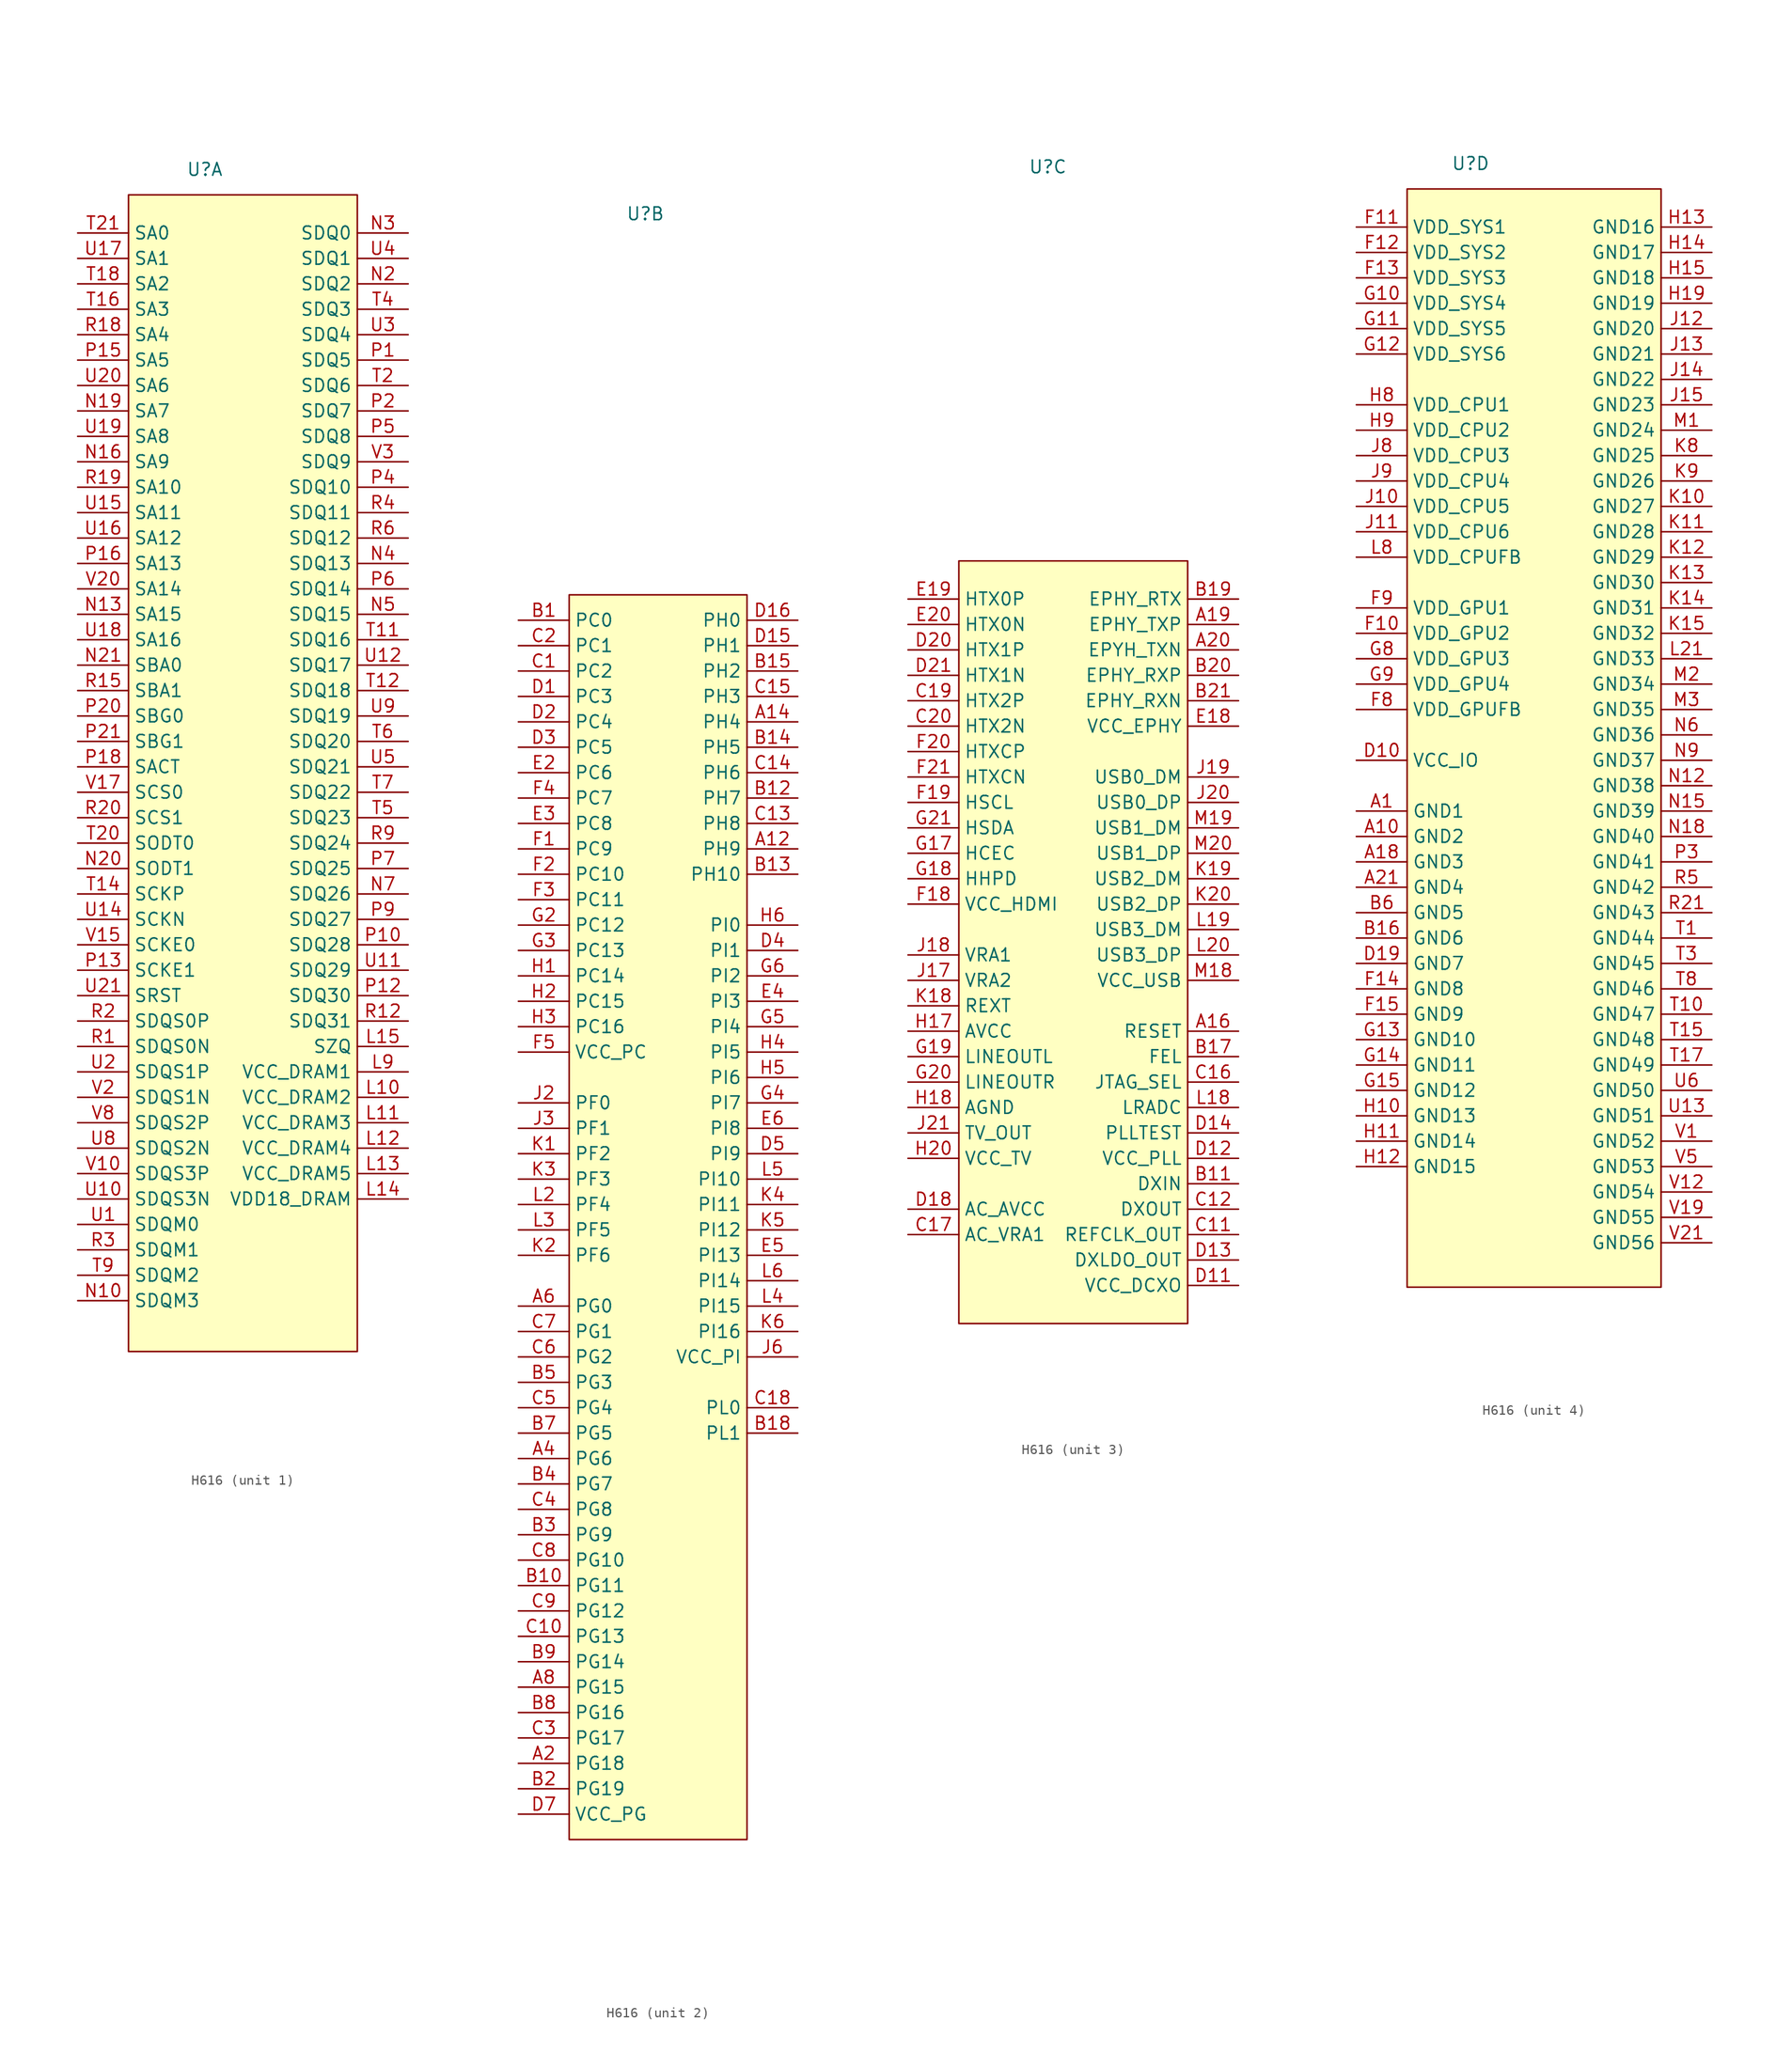
<source format=kicad_sym>
(kicad_symbol_lib
  (version 20231120)
  (generator "kicad_symbol_editor")
  (generator_version "8.0")
  (symbol "H616"
    (property "Reference" "U"
      (at 0 0 0)
      (effects (font (size 1.27 1.27))))
    (property "Value" ""
      (at 0 0 0)
      (effects (font (size 1.27 1.27))))
    (property "ki_locked" ""
      (at 0 0 0)
      (effects (font (size 1.27 1.27))))
    (symbol "H616_1_1"
      (rectangle (start -7.62 -2.54) (end 15.24 -118.11) (stroke (width 0) (type default)) (fill (type background)))
      (pin input line (at 20.32 -92.71 180) (length 5.08) (name "VCC_DRAM2" (effects (font (size 1.27 1.27)))) (number "L10" (effects (font (size 1.27 1.27)))))
      (pin input line (at 20.32 -95.25 180) (length 5.08) (name "VCC_DRAM3" (effects (font (size 1.27 1.27)))) (number "L11" (effects (font (size 1.27 1.27)))))
      (pin input line (at 20.32 -97.79 180) (length 5.08) (name "VCC_DRAM4" (effects (font (size 1.27 1.27)))) (number "L12" (effects (font (size 1.27 1.27)))))
      (pin input line (at 20.32 -100.33 180) (length 5.08) (name "VCC_DRAM5" (effects (font (size 1.27 1.27)))) (number "L13" (effects (font (size 1.27 1.27)))))
      (pin input line (at 20.32 -102.87 180) (length 5.08) (name "VDD18_DRAM" (effects (font (size 1.27 1.27)))) (number "L14" (effects (font (size 1.27 1.27)))))
      (pin input line (at 20.32 -87.63 180) (length 5.08) (name "SZQ" (effects (font (size 1.27 1.27)))) (number "L15" (effects (font (size 1.27 1.27)))))
      (pin input line (at 20.32 -90.17 180) (length 5.08) (name "VCC_DRAM1" (effects (font (size 1.27 1.27)))) (number "L9" (effects (font (size 1.27 1.27)))))
      (pin input line (at -12.7 -113.03 0) (length 5.08) (name "SDQM3" (effects (font (size 1.27 1.27)))) (number "N10" (effects (font (size 1.27 1.27)))))
      (pin input line (at -12.7 -44.45 0) (length 5.08) (name "SA15" (effects (font (size 1.27 1.27)))) (number "N13" (effects (font (size 1.27 1.27)))))
      (pin input line (at -12.7 -29.21 0) (length 5.08) (name "SA9" (effects (font (size 1.27 1.27)))) (number "N16" (effects (font (size 1.27 1.27)))))
      (pin input line (at -12.7 -24.13 0) (length 5.08) (name "SA7" (effects (font (size 1.27 1.27)))) (number "N19" (effects (font (size 1.27 1.27)))))
      (pin input line (at 20.32 -11.43 180) (length 5.08) (name "SDQ2" (effects (font (size 1.27 1.27)))) (number "N2" (effects (font (size 1.27 1.27)))))
      (pin input line (at -12.7 -69.85 0) (length 5.08) (name "SODT1" (effects (font (size 1.27 1.27)))) (number "N20" (effects (font (size 1.27 1.27)))))
      (pin input line (at -12.7 -49.53 0) (length 5.08) (name "SBA0" (effects (font (size 1.27 1.27)))) (number "N21" (effects (font (size 1.27 1.27)))))
      (pin input line (at 20.32 -6.35 180) (length 5.08) (name "SDQ0" (effects (font (size 1.27 1.27)))) (number "N3" (effects (font (size 1.27 1.27)))))
      (pin input line (at 20.32 -39.37 180) (length 5.08) (name "SDQ13" (effects (font (size 1.27 1.27)))) (number "N4" (effects (font (size 1.27 1.27)))))
      (pin input line (at 20.32 -44.45 180) (length 5.08) (name "SDQ15" (effects (font (size 1.27 1.27)))) (number "N5" (effects (font (size 1.27 1.27)))))
      (pin input line (at 20.32 -72.39 180) (length 5.08) (name "SDQ26" (effects (font (size 1.27 1.27)))) (number "N7" (effects (font (size 1.27 1.27)))))
      (pin input line (at 20.32 -19.05 180) (length 5.08) (name "SDQ5" (effects (font (size 1.27 1.27)))) (number "P1" (effects (font (size 1.27 1.27)))))
      (pin input line (at 20.32 -77.47 180) (length 5.08) (name "SDQ28" (effects (font (size 1.27 1.27)))) (number "P10" (effects (font (size 1.27 1.27)))))
      (pin input line (at 20.32 -82.55 180) (length 5.08) (name "SDQ30" (effects (font (size 1.27 1.27)))) (number "P12" (effects (font (size 1.27 1.27)))))
      (pin input line (at -12.7 -80.01 0) (length 5.08) (name "SCKE1" (effects (font (size 1.27 1.27)))) (number "P13" (effects (font (size 1.27 1.27)))))
      (pin input line (at -12.7 -19.05 0) (length 5.08) (name "SA5" (effects (font (size 1.27 1.27)))) (number "P15" (effects (font (size 1.27 1.27)))))
      (pin input line (at -12.7 -39.37 0) (length 5.08) (name "SA13" (effects (font (size 1.27 1.27)))) (number "P16" (effects (font (size 1.27 1.27)))))
      (pin input line (at -12.7 -59.69 0) (length 5.08) (name "SACT" (effects (font (size 1.27 1.27)))) (number "P18" (effects (font (size 1.27 1.27)))))
      (pin input line (at 20.32 -24.13 180) (length 5.08) (name "SDQ7" (effects (font (size 1.27 1.27)))) (number "P2" (effects (font (size 1.27 1.27)))))
      (pin input line (at -12.7 -54.61 0) (length 5.08) (name "SBG0" (effects (font (size 1.27 1.27)))) (number "P20" (effects (font (size 1.27 1.27)))))
      (pin input line (at -12.7 -57.15 0) (length 5.08) (name "SBG1" (effects (font (size 1.27 1.27)))) (number "P21" (effects (font (size 1.27 1.27)))))
      (pin input line (at 20.32 -31.75 180) (length 5.08) (name "SDQ10" (effects (font (size 1.27 1.27)))) (number "P4" (effects (font (size 1.27 1.27)))))
      (pin input line (at 20.32 -26.67 180) (length 5.08) (name "SDQ8" (effects (font (size 1.27 1.27)))) (number "P5" (effects (font (size 1.27 1.27)))))
      (pin input line (at 20.32 -41.91 180) (length 5.08) (name "SDQ14" (effects (font (size 1.27 1.27)))) (number "P6" (effects (font (size 1.27 1.27)))))
      (pin input line (at 20.32 -69.85 180) (length 5.08) (name "SDQ25" (effects (font (size 1.27 1.27)))) (number "P7" (effects (font (size 1.27 1.27)))))
      (pin input line (at 20.32 -74.93 180) (length 5.08) (name "SDQ27" (effects (font (size 1.27 1.27)))) (number "P9" (effects (font (size 1.27 1.27)))))
      (pin input line (at -12.7 -87.63 0) (length 5.08) (name "SDQS0N" (effects (font (size 1.27 1.27)))) (number "R1" (effects (font (size 1.27 1.27)))))
      (pin input line (at 20.32 -85.09 180) (length 5.08) (name "SDQ31" (effects (font (size 1.27 1.27)))) (number "R12" (effects (font (size 1.27 1.27)))))
      (pin input line (at -12.7 -52.07 0) (length 5.08) (name "SBA1" (effects (font (size 1.27 1.27)))) (number "R15" (effects (font (size 1.27 1.27)))))
      (pin input line (at -12.7 -16.51 0) (length 5.08) (name "SA4" (effects (font (size 1.27 1.27)))) (number "R18" (effects (font (size 1.27 1.27)))))
      (pin input line (at -12.7 -31.75 0) (length 5.08) (name "SA10" (effects (font (size 1.27 1.27)))) (number "R19" (effects (font (size 1.27 1.27)))))
      (pin input line (at -12.7 -85.09 0) (length 5.08) (name "SDQS0P" (effects (font (size 1.27 1.27)))) (number "R2" (effects (font (size 1.27 1.27)))))
      (pin input line (at -12.7 -64.77 0) (length 5.08) (name "SCS1" (effects (font (size 1.27 1.27)))) (number "R20" (effects (font (size 1.27 1.27)))))
      (pin input line (at -12.7 -107.95 0) (length 5.08) (name "SDQM1" (effects (font (size 1.27 1.27)))) (number "R3" (effects (font (size 1.27 1.27)))))
      (pin input line (at 20.32 -34.29 180) (length 5.08) (name "SDQ11" (effects (font (size 1.27 1.27)))) (number "R4" (effects (font (size 1.27 1.27)))))
      (pin input line (at 20.32 -36.83 180) (length 5.08) (name "SDQ12" (effects (font (size 1.27 1.27)))) (number "R6" (effects (font (size 1.27 1.27)))))
      (pin input line (at 20.32 -67.31 180) (length 5.08) (name "SDQ24" (effects (font (size 1.27 1.27)))) (number "R9" (effects (font (size 1.27 1.27)))))
      (pin input line (at 20.32 -46.99 180) (length 5.08) (name "SDQ16" (effects (font (size 1.27 1.27)))) (number "T11" (effects (font (size 1.27 1.27)))))
      (pin input line (at 20.32 -52.07 180) (length 5.08) (name "SDQ18" (effects (font (size 1.27 1.27)))) (number "T12" (effects (font (size 1.27 1.27)))))
      (pin input line (at -12.7 -72.39 0) (length 5.08) (name "SCKP" (effects (font (size 1.27 1.27)))) (number "T14" (effects (font (size 1.27 1.27)))))
      (pin input line (at -12.7 -13.97 0) (length 5.08) (name "SA3" (effects (font (size 1.27 1.27)))) (number "T16" (effects (font (size 1.27 1.27)))))
      (pin input line (at -12.7 -11.43 0) (length 5.08) (name "SA2" (effects (font (size 1.27 1.27)))) (number "T18" (effects (font (size 1.27 1.27)))))
      (pin input line (at 20.32 -21.59 180) (length 5.08) (name "SDQ6" (effects (font (size 1.27 1.27)))) (number "T2" (effects (font (size 1.27 1.27)))))
      (pin input line (at -12.7 -67.31 0) (length 5.08) (name "SODT0" (effects (font (size 1.27 1.27)))) (number "T20" (effects (font (size 1.27 1.27)))))
      (pin input line (at -12.7 -6.35 0) (length 5.08) (name "SA0" (effects (font (size 1.27 1.27)))) (number "T21" (effects (font (size 1.27 1.27)))))
      (pin input line (at 20.32 -13.97 180) (length 5.08) (name "SDQ3" (effects (font (size 1.27 1.27)))) (number "T4" (effects (font (size 1.27 1.27)))))
      (pin input line (at 20.32 -64.77 180) (length 5.08) (name "SDQ23" (effects (font (size 1.27 1.27)))) (number "T5" (effects (font (size 1.27 1.27)))))
      (pin input line (at 20.32 -57.15 180) (length 5.08) (name "SDQ20" (effects (font (size 1.27 1.27)))) (number "T6" (effects (font (size 1.27 1.27)))))
      (pin input line (at 20.32 -62.23 180) (length 5.08) (name "SDQ22" (effects (font (size 1.27 1.27)))) (number "T7" (effects (font (size 1.27 1.27)))))
      (pin input line (at -12.7 -110.49 0) (length 5.08) (name "SDQM2" (effects (font (size 1.27 1.27)))) (number "T9" (effects (font (size 1.27 1.27)))))
      (pin input line (at -12.7 -105.41 0) (length 5.08) (name "SDQM0" (effects (font (size 1.27 1.27)))) (number "U1" (effects (font (size 1.27 1.27)))))
      (pin input line (at -12.7 -102.87 0) (length 5.08) (name "SDQS3N" (effects (font (size 1.27 1.27)))) (number "U10" (effects (font (size 1.27 1.27)))))
      (pin input line (at 20.32 -80.01 180) (length 5.08) (name "SDQ29" (effects (font (size 1.27 1.27)))) (number "U11" (effects (font (size 1.27 1.27)))))
      (pin input line (at 20.32 -49.53 180) (length 5.08) (name "SDQ17" (effects (font (size 1.27 1.27)))) (number "U12" (effects (font (size 1.27 1.27)))))
      (pin input line (at -12.7 -74.93 0) (length 5.08) (name "SCKN" (effects (font (size 1.27 1.27)))) (number "U14" (effects (font (size 1.27 1.27)))))
      (pin input line (at -12.7 -34.29 0) (length 5.08) (name "SA11" (effects (font (size 1.27 1.27)))) (number "U15" (effects (font (size 1.27 1.27)))))
      (pin input line (at -12.7 -36.83 0) (length 5.08) (name "SA12" (effects (font (size 1.27 1.27)))) (number "U16" (effects (font (size 1.27 1.27)))))
      (pin input line (at -12.7 -8.89 0) (length 5.08) (name "SA1" (effects (font (size 1.27 1.27)))) (number "U17" (effects (font (size 1.27 1.27)))))
      (pin input line (at -12.7 -46.99 0) (length 5.08) (name "SA16" (effects (font (size 1.27 1.27)))) (number "U18" (effects (font (size 1.27 1.27)))))
      (pin input line (at -12.7 -26.67 0) (length 5.08) (name "SA8" (effects (font (size 1.27 1.27)))) (number "U19" (effects (font (size 1.27 1.27)))))
      (pin input line (at -12.7 -90.17 0) (length 5.08) (name "SDQS1P" (effects (font (size 1.27 1.27)))) (number "U2" (effects (font (size 1.27 1.27)))))
      (pin input line (at -12.7 -21.59 0) (length 5.08) (name "SA6" (effects (font (size 1.27 1.27)))) (number "U20" (effects (font (size 1.27 1.27)))))
      (pin input line (at -12.7 -82.55 0) (length 5.08) (name "SRST" (effects (font (size 1.27 1.27)))) (number "U21" (effects (font (size 1.27 1.27)))))
      (pin input line (at 20.32 -16.51 180) (length 5.08) (name "SDQ4" (effects (font (size 1.27 1.27)))) (number "U3" (effects (font (size 1.27 1.27)))))
      (pin input line (at 20.32 -8.89 180) (length 5.08) (name "SDQ1" (effects (font (size 1.27 1.27)))) (number "U4" (effects (font (size 1.27 1.27)))))
      (pin input line (at 20.32 -59.69 180) (length 5.08) (name "SDQ21" (effects (font (size 1.27 1.27)))) (number "U5" (effects (font (size 1.27 1.27)))))
      (pin input line (at -12.7 -97.79 0) (length 5.08) (name "SDQS2N" (effects (font (size 1.27 1.27)))) (number "U8" (effects (font (size 1.27 1.27)))))
      (pin input line (at 20.32 -54.61 180) (length 5.08) (name "SDQ19" (effects (font (size 1.27 1.27)))) (number "U9" (effects (font (size 1.27 1.27)))))
      (pin input line (at -12.7 -100.33 0) (length 5.08) (name "SDQS3P" (effects (font (size 1.27 1.27)))) (number "V10" (effects (font (size 1.27 1.27)))))
      (pin input line (at -12.7 -77.47 0) (length 5.08) (name "SCKE0" (effects (font (size 1.27 1.27)))) (number "V15" (effects (font (size 1.27 1.27)))))
      (pin input line (at -12.7 -62.23 0) (length 5.08) (name "SCS0" (effects (font (size 1.27 1.27)))) (number "V17" (effects (font (size 1.27 1.27)))))
      (pin input line (at -12.7 -92.71 0) (length 5.08) (name "SDQS1N" (effects (font (size 1.27 1.27)))) (number "V2" (effects (font (size 1.27 1.27)))))
      (pin input line (at -12.7 -41.91 0) (length 5.08) (name "SA14" (effects (font (size 1.27 1.27)))) (number "V20" (effects (font (size 1.27 1.27)))))
      (pin input line (at 20.32 -29.21 180) (length 5.08) (name "SDQ9" (effects (font (size 1.27 1.27)))) (number "V3" (effects (font (size 1.27 1.27)))))
      (pin input line (at -12.7 -95.25 0) (length 5.08) (name "SDQS2P" (effects (font (size 1.27 1.27)))) (number "V8" (effects (font (size 1.27 1.27))))))
    (symbol "H616_2_1"
      (rectangle (start -7.62 -38.1) (end 10.16 -162.56) (stroke (width 0) (type default)) (fill (type background)))
      (pin input line (at 15.24 -63.5 180) (length 5.08) (name "PH9" (effects (font (size 1.27 1.27)))) (number "A12" (effects (font (size 1.27 1.27)))))
      (pin input line (at 15.24 -50.8 180) (length 5.08) (name "PH4" (effects (font (size 1.27 1.27)))) (number "A14" (effects (font (size 1.27 1.27)))))
      (pin input line (at -12.7 -154.94 0) (length 5.08) (name "PG18" (effects (font (size 1.27 1.27)))) (number "A2" (effects (font (size 1.27 1.27)))))
      (pin input line (at -12.7 -124.46 0) (length 5.08) (name "PG6" (effects (font (size 1.27 1.27)))) (number "A4" (effects (font (size 1.27 1.27)))))
      (pin input line (at -12.7 -109.22 0) (length 5.08) (name "PG0" (effects (font (size 1.27 1.27)))) (number "A6" (effects (font (size 1.27 1.27)))))
      (pin input line (at -12.7 -147.32 0) (length 5.08) (name "PG15" (effects (font (size 1.27 1.27)))) (number "A8" (effects (font (size 1.27 1.27)))))
      (pin input line (at -12.7 -40.64 0) (length 5.08) (name "PC0" (effects (font (size 1.27 1.27)))) (number "B1" (effects (font (size 1.27 1.27)))))
      (pin input line (at -12.7 -137.16 0) (length 5.08) (name "PG11" (effects (font (size 1.27 1.27)))) (number "B10" (effects (font (size 1.27 1.27)))))
      (pin input line (at 15.24 -58.42 180) (length 5.08) (name "PH7" (effects (font (size 1.27 1.27)))) (number "B12" (effects (font (size 1.27 1.27)))))
      (pin input line (at 15.24 -66.04 180) (length 5.08) (name "PH10" (effects (font (size 1.27 1.27)))) (number "B13" (effects (font (size 1.27 1.27)))))
      (pin input line (at 15.24 -53.34 180) (length 5.08) (name "PH5" (effects (font (size 1.27 1.27)))) (number "B14" (effects (font (size 1.27 1.27)))))
      (pin input line (at 15.24 -45.72 180) (length 5.08) (name "PH2" (effects (font (size 1.27 1.27)))) (number "B15" (effects (font (size 1.27 1.27)))))
      (pin input line (at 15.24 -121.92 180) (length 5.08) (name "PL1" (effects (font (size 1.27 1.27)))) (number "B18" (effects (font (size 1.27 1.27)))))
      (pin input line (at -12.7 -157.48 0) (length 5.08) (name "PG19" (effects (font (size 1.27 1.27)))) (number "B2" (effects (font (size 1.27 1.27)))))
      (pin input line (at -12.7 -132.08 0) (length 5.08) (name "PG9" (effects (font (size 1.27 1.27)))) (number "B3" (effects (font (size 1.27 1.27)))))
      (pin input line (at -12.7 -127 0) (length 5.08) (name "PG7" (effects (font (size 1.27 1.27)))) (number "B4" (effects (font (size 1.27 1.27)))))
      (pin input line (at -12.7 -116.84 0) (length 5.08) (name "PG3" (effects (font (size 1.27 1.27)))) (number "B5" (effects (font (size 1.27 1.27)))))
      (pin input line (at -12.7 -121.92 0) (length 5.08) (name "PG5" (effects (font (size 1.27 1.27)))) (number "B7" (effects (font (size 1.27 1.27)))))
      (pin input line (at -12.7 -149.86 0) (length 5.08) (name "PG16" (effects (font (size 1.27 1.27)))) (number "B8" (effects (font (size 1.27 1.27)))))
      (pin input line (at -12.7 -144.78 0) (length 5.08) (name "PG14" (effects (font (size 1.27 1.27)))) (number "B9" (effects (font (size 1.27 1.27)))))
      (pin input line (at -12.7 -45.72 0) (length 5.08) (name "PC2" (effects (font (size 1.27 1.27)))) (number "C1" (effects (font (size 1.27 1.27)))))
      (pin input line (at -12.7 -142.24 0) (length 5.08) (name "PG13" (effects (font (size 1.27 1.27)))) (number "C10" (effects (font (size 1.27 1.27)))))
      (pin input line (at 15.24 -60.96 180) (length 5.08) (name "PH8" (effects (font (size 1.27 1.27)))) (number "C13" (effects (font (size 1.27 1.27)))))
      (pin input line (at 15.24 -55.88 180) (length 5.08) (name "PH6" (effects (font (size 1.27 1.27)))) (number "C14" (effects (font (size 1.27 1.27)))))
      (pin input line (at 15.24 -48.26 180) (length 5.08) (name "PH3" (effects (font (size 1.27 1.27)))) (number "C15" (effects (font (size 1.27 1.27)))))
      (pin input line (at 15.24 -119.38 180) (length 5.08) (name "PL0" (effects (font (size 1.27 1.27)))) (number "C18" (effects (font (size 1.27 1.27)))))
      (pin input line (at -12.7 -43.18 0) (length 5.08) (name "PC1" (effects (font (size 1.27 1.27)))) (number "C2" (effects (font (size 1.27 1.27)))))
      (pin input line (at -12.7 -152.4 0) (length 5.08) (name "PG17" (effects (font (size 1.27 1.27)))) (number "C3" (effects (font (size 1.27 1.27)))))
      (pin input line (at -12.7 -129.54 0) (length 5.08) (name "PG8" (effects (font (size 1.27 1.27)))) (number "C4" (effects (font (size 1.27 1.27)))))
      (pin input line (at -12.7 -119.38 0) (length 5.08) (name "PG4" (effects (font (size 1.27 1.27)))) (number "C5" (effects (font (size 1.27 1.27)))))
      (pin input line (at -12.7 -114.3 0) (length 5.08) (name "PG2" (effects (font (size 1.27 1.27)))) (number "C6" (effects (font (size 1.27 1.27)))))
      (pin input line (at -12.7 -111.76 0) (length 5.08) (name "PG1" (effects (font (size 1.27 1.27)))) (number "C7" (effects (font (size 1.27 1.27)))))
      (pin input line (at -12.7 -134.62 0) (length 5.08) (name "PG10" (effects (font (size 1.27 1.27)))) (number "C8" (effects (font (size 1.27 1.27)))))
      (pin input line (at -12.7 -139.7 0) (length 5.08) (name "PG12" (effects (font (size 1.27 1.27)))) (number "C9" (effects (font (size 1.27 1.27)))))
      (pin input line (at -12.7 -48.26 0) (length 5.08) (name "PC3" (effects (font (size 1.27 1.27)))) (number "D1" (effects (font (size 1.27 1.27)))))
      (pin input line (at 15.24 -43.18 180) (length 5.08) (name "PH1" (effects (font (size 1.27 1.27)))) (number "D15" (effects (font (size 1.27 1.27)))))
      (pin input line (at 15.24 -40.64 180) (length 5.08) (name "PH0" (effects (font (size 1.27 1.27)))) (number "D16" (effects (font (size 1.27 1.27)))))
      (pin input line (at -12.7 -50.8 0) (length 5.08) (name "PC4" (effects (font (size 1.27 1.27)))) (number "D2" (effects (font (size 1.27 1.27)))))
      (pin input line (at -12.7 -53.34 0) (length 5.08) (name "PC5" (effects (font (size 1.27 1.27)))) (number "D3" (effects (font (size 1.27 1.27)))))
      (pin input line (at 15.24 -73.66 180) (length 5.08) (name "PI1" (effects (font (size 1.27 1.27)))) (number "D4" (effects (font (size 1.27 1.27)))))
      (pin input line (at 15.24 -93.98 180) (length 5.08) (name "PI9" (effects (font (size 1.27 1.27)))) (number "D5" (effects (font (size 1.27 1.27)))))
      (pin input line (at -12.7 -160.02 0) (length 5.08) (name "VCC_PG" (effects (font (size 1.27 1.27)))) (number "D7" (effects (font (size 1.27 1.27)))))
      (pin input line (at -12.7 -55.88 0) (length 5.08) (name "PC6" (effects (font (size 1.27 1.27)))) (number "E2" (effects (font (size 1.27 1.27)))))
      (pin input line (at -12.7 -60.96 0) (length 5.08) (name "PC8" (effects (font (size 1.27 1.27)))) (number "E3" (effects (font (size 1.27 1.27)))))
      (pin input line (at 15.24 -78.74 180) (length 5.08) (name "PI3" (effects (font (size 1.27 1.27)))) (number "E4" (effects (font (size 1.27 1.27)))))
      (pin input line (at 15.24 -104.14 180) (length 5.08) (name "PI13" (effects (font (size 1.27 1.27)))) (number "E5" (effects (font (size 1.27 1.27)))))
      (pin input line (at 15.24 -91.44 180) (length 5.08) (name "PI8" (effects (font (size 1.27 1.27)))) (number "E6" (effects (font (size 1.27 1.27)))))
      (pin input line (at -12.7 -63.5 0) (length 5.08) (name "PC9" (effects (font (size 1.27 1.27)))) (number "F1" (effects (font (size 1.27 1.27)))))
      (pin input line (at -12.7 -66.04 0) (length 5.08) (name "PC10" (effects (font (size 1.27 1.27)))) (number "F2" (effects (font (size 1.27 1.27)))))
      (pin input line (at -12.7 -68.58 0) (length 5.08) (name "PC11" (effects (font (size 1.27 1.27)))) (number "F3" (effects (font (size 1.27 1.27)))))
      (pin input line (at -12.7 -58.42 0) (length 5.08) (name "PC7" (effects (font (size 1.27 1.27)))) (number "F4" (effects (font (size 1.27 1.27)))))
      (pin input line (at -12.7 -83.82 0) (length 5.08) (name "VCC_PC" (effects (font (size 1.27 1.27)))) (number "F5" (effects (font (size 1.27 1.27)))))
      (pin input line (at -12.7 -71.12 0) (length 5.08) (name "PC12" (effects (font (size 1.27 1.27)))) (number "G2" (effects (font (size 1.27 1.27)))))
      (pin input line (at -12.7 -73.66 0) (length 5.08) (name "PC13" (effects (font (size 1.27 1.27)))) (number "G3" (effects (font (size 1.27 1.27)))))
      (pin input line (at 15.24 -88.9 180) (length 5.08) (name "PI7" (effects (font (size 1.27 1.27)))) (number "G4" (effects (font (size 1.27 1.27)))))
      (pin input line (at 15.24 -81.28 180) (length 5.08) (name "PI4" (effects (font (size 1.27 1.27)))) (number "G5" (effects (font (size 1.27 1.27)))))
      (pin input line (at 15.24 -76.2 180) (length 5.08) (name "PI2" (effects (font (size 1.27 1.27)))) (number "G6" (effects (font (size 1.27 1.27)))))
      (pin input line (at -12.7 -76.2 0) (length 5.08) (name "PC14" (effects (font (size 1.27 1.27)))) (number "H1" (effects (font (size 1.27 1.27)))))
      (pin input line (at -12.7 -78.74 0) (length 5.08) (name "PC15" (effects (font (size 1.27 1.27)))) (number "H2" (effects (font (size 1.27 1.27)))))
      (pin input line (at -12.7 -81.28 0) (length 5.08) (name "PC16" (effects (font (size 1.27 1.27)))) (number "H3" (effects (font (size 1.27 1.27)))))
      (pin input line (at 15.24 -83.82 180) (length 5.08) (name "PI5" (effects (font (size 1.27 1.27)))) (number "H4" (effects (font (size 1.27 1.27)))))
      (pin input line (at 15.24 -86.36 180) (length 5.08) (name "PI6" (effects (font (size 1.27 1.27)))) (number "H5" (effects (font (size 1.27 1.27)))))
      (pin input line (at 15.24 -71.12 180) (length 5.08) (name "PI0" (effects (font (size 1.27 1.27)))) (number "H6" (effects (font (size 1.27 1.27)))))
      (pin input line (at -12.7 -88.9 0) (length 5.08) (name "PF0" (effects (font (size 1.27 1.27)))) (number "J2" (effects (font (size 1.27 1.27)))))
      (pin input line (at -12.7 -91.44 0) (length 5.08) (name "PF1" (effects (font (size 1.27 1.27)))) (number "J3" (effects (font (size 1.27 1.27)))))
      (pin input line (at 15.24 -114.3 180) (length 5.08) (name "VCC_PI" (effects (font (size 1.27 1.27)))) (number "J6" (effects (font (size 1.27 1.27)))))
      (pin input line (at -12.7 -93.98 0) (length 5.08) (name "PF2" (effects (font (size 1.27 1.27)))) (number "K1" (effects (font (size 1.27 1.27)))))
      (pin input line (at -12.7 -104.14 0) (length 5.08) (name "PF6" (effects (font (size 1.27 1.27)))) (number "K2" (effects (font (size 1.27 1.27)))))
      (pin input line (at -12.7 -96.52 0) (length 5.08) (name "PF3" (effects (font (size 1.27 1.27)))) (number "K3" (effects (font (size 1.27 1.27)))))
      (pin input line (at 15.24 -99.06 180) (length 5.08) (name "PI11" (effects (font (size 1.27 1.27)))) (number "K4" (effects (font (size 1.27 1.27)))))
      (pin input line (at 15.24 -101.6 180) (length 5.08) (name "PI12" (effects (font (size 1.27 1.27)))) (number "K5" (effects (font (size 1.27 1.27)))))
      (pin input line (at 15.24 -111.76 180) (length 5.08) (name "PI16" (effects (font (size 1.27 1.27)))) (number "K6" (effects (font (size 1.27 1.27)))))
      (pin input line (at -12.7 -99.06 0) (length 5.08) (name "PF4" (effects (font (size 1.27 1.27)))) (number "L2" (effects (font (size 1.27 1.27)))))
      (pin input line (at -12.7 -101.6 0) (length 5.08) (name "PF5" (effects (font (size 1.27 1.27)))) (number "L3" (effects (font (size 1.27 1.27)))))
      (pin input line (at 15.24 -109.22 180) (length 5.08) (name "PI15" (effects (font (size 1.27 1.27)))) (number "L4" (effects (font (size 1.27 1.27)))))
      (pin input line (at 15.24 -96.52 180) (length 5.08) (name "PI10" (effects (font (size 1.27 1.27)))) (number "L5" (effects (font (size 1.27 1.27)))))
      (pin input line (at 15.24 -106.68 180) (length 5.08) (name "PI14" (effects (font (size 1.27 1.27)))) (number "L6" (effects (font (size 1.27 1.27))))))
    (symbol "H616_3_1"
      (rectangle (start -8.89 -39.37) (end 13.97 -115.57) (stroke (width 0) (type default)) (fill (type background)))
      (pin input line (at 19.05 -86.36 180) (length 5.08) (name "RESET" (effects (font (size 1.27 1.27)))) (number "A16" (effects (font (size 1.27 1.27)))))
      (pin input line (at 19.05 -45.72 180) (length 5.08) (name "EPHY_TXP" (effects (font (size 1.27 1.27)))) (number "A19" (effects (font (size 1.27 1.27)))))
      (pin input line (at 19.05 -48.26 180) (length 5.08) (name "EPYH_TXN" (effects (font (size 1.27 1.27)))) (number "A20" (effects (font (size 1.27 1.27)))))
      (pin input line (at 19.05 -101.6 180) (length 5.08) (name "DXIN" (effects (font (size 1.27 1.27)))) (number "B11" (effects (font (size 1.27 1.27)))))
      (pin input line (at 19.05 -88.9 180) (length 5.08) (name "FEL" (effects (font (size 1.27 1.27)))) (number "B17" (effects (font (size 1.27 1.27)))))
      (pin input line (at 19.05 -43.18 180) (length 5.08) (name "EPHY_RTX" (effects (font (size 1.27 1.27)))) (number "B19" (effects (font (size 1.27 1.27)))))
      (pin input line (at 19.05 -50.8 180) (length 5.08) (name "EPHY_RXP" (effects (font (size 1.27 1.27)))) (number "B20" (effects (font (size 1.27 1.27)))))
      (pin input line (at 19.05 -53.34 180) (length 5.08) (name "EPHY_RXN" (effects (font (size 1.27 1.27)))) (number "B21" (effects (font (size 1.27 1.27)))))
      (pin input line (at 19.05 -106.68 180) (length 5.08) (name "REFCLK_OUT" (effects (font (size 1.27 1.27)))) (number "C11" (effects (font (size 1.27 1.27)))))
      (pin input line (at 19.05 -104.14 180) (length 5.08) (name "DXOUT" (effects (font (size 1.27 1.27)))) (number "C12" (effects (font (size 1.27 1.27)))))
      (pin input line (at 19.05 -91.44 180) (length 5.08) (name "JTAG_SEL" (effects (font (size 1.27 1.27)))) (number "C16" (effects (font (size 1.27 1.27)))))
      (pin input line (at -13.97 -106.68 0) (length 5.08) (name "AC_VRA1" (effects (font (size 1.27 1.27)))) (number "C17" (effects (font (size 1.27 1.27)))))
      (pin input line (at -13.97 -53.34 0) (length 5.08) (name "HTX2P" (effects (font (size 1.27 1.27)))) (number "C19" (effects (font (size 1.27 1.27)))))
      (pin input line (at -13.97 -55.88 0) (length 5.08) (name "HTX2N" (effects (font (size 1.27 1.27)))) (number "C20" (effects (font (size 1.27 1.27)))))
      (pin input line (at 19.05 -111.76 180) (length 5.08) (name "VCC_DCXO" (effects (font (size 1.27 1.27)))) (number "D11" (effects (font (size 1.27 1.27)))))
      (pin input line (at 19.05 -99.06 180) (length 5.08) (name "VCC_PLL" (effects (font (size 1.27 1.27)))) (number "D12" (effects (font (size 1.27 1.27)))))
      (pin input line (at 19.05 -109.22 180) (length 5.08) (name "DXLDO_OUT" (effects (font (size 1.27 1.27)))) (number "D13" (effects (font (size 1.27 1.27)))))
      (pin input line (at 19.05 -96.52 180) (length 5.08) (name "PLLTEST" (effects (font (size 1.27 1.27)))) (number "D14" (effects (font (size 1.27 1.27)))))
      (pin input line (at -13.97 -104.14 0) (length 5.08) (name "AC_AVCC" (effects (font (size 1.27 1.27)))) (number "D18" (effects (font (size 1.27 1.27)))))
      (pin input line (at -13.97 -48.26 0) (length 5.08) (name "HTX1P" (effects (font (size 1.27 1.27)))) (number "D20" (effects (font (size 1.27 1.27)))))
      (pin input line (at -13.97 -50.8 0) (length 5.08) (name "HTX1N" (effects (font (size 1.27 1.27)))) (number "D21" (effects (font (size 1.27 1.27)))))
      (pin input line (at 19.05 -55.88 180) (length 5.08) (name "VCC_EPHY" (effects (font (size 1.27 1.27)))) (number "E18" (effects (font (size 1.27 1.27)))))
      (pin input line (at -13.97 -43.18 0) (length 5.08) (name "HTX0P" (effects (font (size 1.27 1.27)))) (number "E19" (effects (font (size 1.27 1.27)))))
      (pin input line (at -13.97 -45.72 0) (length 5.08) (name "HTX0N" (effects (font (size 1.27 1.27)))) (number "E20" (effects (font (size 1.27 1.27)))))
      (pin input line (at -13.97 -73.66 0) (length 5.08) (name "VCC_HDMI" (effects (font (size 1.27 1.27)))) (number "F18" (effects (font (size 1.27 1.27)))))
      (pin input line (at -13.97 -63.5 0) (length 5.08) (name "HSCL" (effects (font (size 1.27 1.27)))) (number "F19" (effects (font (size 1.27 1.27)))))
      (pin input line (at -13.97 -58.42 0) (length 5.08) (name "HTXCP" (effects (font (size 1.27 1.27)))) (number "F20" (effects (font (size 1.27 1.27)))))
      (pin input line (at -13.97 -60.96 0) (length 5.08) (name "HTXCN" (effects (font (size 1.27 1.27)))) (number "F21" (effects (font (size 1.27 1.27)))))
      (pin input line (at -13.97 -68.58 0) (length 5.08) (name "HCEC" (effects (font (size 1.27 1.27)))) (number "G17" (effects (font (size 1.27 1.27)))))
      (pin input line (at -13.97 -71.12 0) (length 5.08) (name "HHPD" (effects (font (size 1.27 1.27)))) (number "G18" (effects (font (size 1.27 1.27)))))
      (pin input line (at -13.97 -88.9 0) (length 5.08) (name "LINEOUTL" (effects (font (size 1.27 1.27)))) (number "G19" (effects (font (size 1.27 1.27)))))
      (pin input line (at -13.97 -91.44 0) (length 5.08) (name "LINEOUTR" (effects (font (size 1.27 1.27)))) (number "G20" (effects (font (size 1.27 1.27)))))
      (pin input line (at -13.97 -66.04 0) (length 5.08) (name "HSDA" (effects (font (size 1.27 1.27)))) (number "G21" (effects (font (size 1.27 1.27)))))
      (pin input line (at -13.97 -86.36 0) (length 5.08) (name "AVCC" (effects (font (size 1.27 1.27)))) (number "H17" (effects (font (size 1.27 1.27)))))
      (pin input line (at -13.97 -93.98 0) (length 5.08) (name "AGND" (effects (font (size 1.27 1.27)))) (number "H18" (effects (font (size 1.27 1.27)))))
      (pin input line (at -13.97 -99.06 0) (length 5.08) (name "VCC_TV" (effects (font (size 1.27 1.27)))) (number "H20" (effects (font (size 1.27 1.27)))))
      (pin input line (at -13.97 -81.28 0) (length 5.08) (name "VRA2" (effects (font (size 1.27 1.27)))) (number "J17" (effects (font (size 1.27 1.27)))))
      (pin input line (at -13.97 -78.74 0) (length 5.08) (name "VRA1" (effects (font (size 1.27 1.27)))) (number "J18" (effects (font (size 1.27 1.27)))))
      (pin input line (at 19.05 -60.96 180) (length 5.08) (name "USB0_DM" (effects (font (size 1.27 1.27)))) (number "J19" (effects (font (size 1.27 1.27)))))
      (pin input line (at 19.05 -63.5 180) (length 5.08) (name "USB0_DP" (effects (font (size 1.27 1.27)))) (number "J20" (effects (font (size 1.27 1.27)))))
      (pin input line (at -13.97 -96.52 0) (length 5.08) (name "TV_OUT" (effects (font (size 1.27 1.27)))) (number "J21" (effects (font (size 1.27 1.27)))))
      (pin input line (at -13.97 -83.82 0) (length 5.08) (name "REXT" (effects (font (size 1.27 1.27)))) (number "K18" (effects (font (size 1.27 1.27)))))
      (pin input line (at 19.05 -71.12 180) (length 5.08) (name "USB2_DM" (effects (font (size 1.27 1.27)))) (number "K19" (effects (font (size 1.27 1.27)))))
      (pin input line (at 19.05 -73.66 180) (length 5.08) (name "USB2_DP" (effects (font (size 1.27 1.27)))) (number "K20" (effects (font (size 1.27 1.27)))))
      (pin input line (at 19.05 -93.98 180) (length 5.08) (name "LRADC" (effects (font (size 1.27 1.27)))) (number "L18" (effects (font (size 1.27 1.27)))))
      (pin input line (at 19.05 -76.2 180) (length 5.08) (name "USB3_DM" (effects (font (size 1.27 1.27)))) (number "L19" (effects (font (size 1.27 1.27)))))
      (pin input line (at 19.05 -78.74 180) (length 5.08) (name "USB3_DP" (effects (font (size 1.27 1.27)))) (number "L20" (effects (font (size 1.27 1.27)))))
      (pin input line (at 19.05 -81.28 180) (length 5.08) (name "VCC_USB" (effects (font (size 1.27 1.27)))) (number "M18" (effects (font (size 1.27 1.27)))))
      (pin input line (at 19.05 -66.04 180) (length 5.08) (name "USB1_DM" (effects (font (size 1.27 1.27)))) (number "M19" (effects (font (size 1.27 1.27)))))
      (pin input line (at 19.05 -68.58 180) (length 5.08) (name "USB1_DP" (effects (font (size 1.27 1.27)))) (number "M20" (effects (font (size 1.27 1.27))))))
    (symbol "H616_4_1"
      (rectangle (start -6.35 -2.54) (end 19.05 -112.395) (stroke (width 0) (type default)) (fill (type background)))
      (pin input line (at -11.43 -64.77 0) (length 5.08) (name "GND1" (effects (font (size 1.27 1.27)))) (number "A1" (effects (font (size 1.27 1.27)))))
      (pin input line (at -11.43 -67.31 0) (length 5.08) (name "GND2" (effects (font (size 1.27 1.27)))) (number "A10" (effects (font (size 1.27 1.27)))))
      (pin input line (at -11.43 -69.85 0) (length 5.08) (name "GND3" (effects (font (size 1.27 1.27)))) (number "A18" (effects (font (size 1.27 1.27)))))
      (pin input line (at -11.43 -72.39 0) (length 5.08) (name "GND4" (effects (font (size 1.27 1.27)))) (number "A21" (effects (font (size 1.27 1.27)))))
      (pin input line (at -11.43 -77.47 0) (length 5.08) (name "GND6" (effects (font (size 1.27 1.27)))) (number "B16" (effects (font (size 1.27 1.27)))))
      (pin input line (at -11.43 -74.93 0) (length 5.08) (name "GND5" (effects (font (size 1.27 1.27)))) (number "B6" (effects (font (size 1.27 1.27)))))
      (pin input line (at -11.43 -59.69 0) (length 5.08) (name "VCC_IO" (effects (font (size 1.27 1.27)))) (number "D10" (effects (font (size 1.27 1.27)))))
      (pin input line (at -11.43 -80.01 0) (length 5.08) (name "GND7" (effects (font (size 1.27 1.27)))) (number "D19" (effects (font (size 1.27 1.27)))))
      (pin input line (at -11.43 -46.99 0) (length 5.08) (name "VDD_GPU2" (effects (font (size 1.27 1.27)))) (number "F10" (effects (font (size 1.27 1.27)))))
      (pin input line (at -11.43 -6.35 0) (length 5.08) (name "VDD_SYS1" (effects (font (size 1.27 1.27)))) (number "F11" (effects (font (size 1.27 1.27)))))
      (pin input line (at -11.43 -8.89 0) (length 5.08) (name "VDD_SYS2" (effects (font (size 1.27 1.27)))) (number "F12" (effects (font (size 1.27 1.27)))))
      (pin input line (at -11.43 -11.43 0) (length 5.08) (name "VDD_SYS3" (effects (font (size 1.27 1.27)))) (number "F13" (effects (font (size 1.27 1.27)))))
      (pin input line (at -11.43 -82.55 0) (length 5.08) (name "GND8" (effects (font (size 1.27 1.27)))) (number "F14" (effects (font (size 1.27 1.27)))))
      (pin input line (at -11.43 -85.09 0) (length 5.08) (name "GND9" (effects (font (size 1.27 1.27)))) (number "F15" (effects (font (size 1.27 1.27)))))
      (pin input line (at -11.43 -54.61 0) (length 5.08) (name "VDD_GPUFB" (effects (font (size 1.27 1.27)))) (number "F8" (effects (font (size 1.27 1.27)))))
      (pin input line (at -11.43 -44.45 0) (length 5.08) (name "VDD_GPU1" (effects (font (size 1.27 1.27)))) (number "F9" (effects (font (size 1.27 1.27)))))
      (pin input line (at -11.43 -13.97 0) (length 5.08) (name "VDD_SYS4" (effects (font (size 1.27 1.27)))) (number "G10" (effects (font (size 1.27 1.27)))))
      (pin input line (at -11.43 -16.51 0) (length 5.08) (name "VDD_SYS5" (effects (font (size 1.27 1.27)))) (number "G11" (effects (font (size 1.27 1.27)))))
      (pin input line (at -11.43 -19.05 0) (length 5.08) (name "VDD_SYS6" (effects (font (size 1.27 1.27)))) (number "G12" (effects (font (size 1.27 1.27)))))
      (pin input line (at -11.43 -87.63 0) (length 5.08) (name "GND10" (effects (font (size 1.27 1.27)))) (number "G13" (effects (font (size 1.27 1.27)))))
      (pin input line (at -11.43 -90.17 0) (length 5.08) (name "GND11" (effects (font (size 1.27 1.27)))) (number "G14" (effects (font (size 1.27 1.27)))))
      (pin input line (at -11.43 -92.71 0) (length 5.08) (name "GND12" (effects (font (size 1.27 1.27)))) (number "G15" (effects (font (size 1.27 1.27)))))
      (pin input line (at -11.43 -49.53 0) (length 5.08) (name "VDD_GPU3" (effects (font (size 1.27 1.27)))) (number "G8" (effects (font (size 1.27 1.27)))))
      (pin input line (at -11.43 -52.07 0) (length 5.08) (name "VDD_GPU4" (effects (font (size 1.27 1.27)))) (number "G9" (effects (font (size 1.27 1.27)))))
      (pin input line (at -11.43 -95.25 0) (length 5.08) (name "GND13" (effects (font (size 1.27 1.27)))) (number "H10" (effects (font (size 1.27 1.27)))))
      (pin input line (at -11.43 -97.79 0) (length 5.08) (name "GND14" (effects (font (size 1.27 1.27)))) (number "H11" (effects (font (size 1.27 1.27)))))
      (pin input line (at -11.43 -100.33 0) (length 5.08) (name "GND15" (effects (font (size 1.27 1.27)))) (number "H12" (effects (font (size 1.27 1.27)))))
      (pin input line (at 24.13 -6.35 180) (length 5.08) (name "GND16" (effects (font (size 1.27 1.27)))) (number "H13" (effects (font (size 1.27 1.27)))))
      (pin input line (at 24.13 -8.89 180) (length 5.08) (name "GND17" (effects (font (size 1.27 1.27)))) (number "H14" (effects (font (size 1.27 1.27)))))
      (pin input line (at 24.13 -11.43 180) (length 5.08) (name "GND18" (effects (font (size 1.27 1.27)))) (number "H15" (effects (font (size 1.27 1.27)))))
      (pin input line (at 24.13 -13.97 180) (length 5.08) (name "GND19" (effects (font (size 1.27 1.27)))) (number "H19" (effects (font (size 1.27 1.27)))))
      (pin input line (at -11.43 -24.13 0) (length 5.08) (name "VDD_CPU1" (effects (font (size 1.27 1.27)))) (number "H8" (effects (font (size 1.27 1.27)))))
      (pin input line (at -11.43 -26.67 0) (length 5.08) (name "VDD_CPU2" (effects (font (size 1.27 1.27)))) (number "H9" (effects (font (size 1.27 1.27)))))
      (pin input line (at -11.43 -34.29 0) (length 5.08) (name "VDD_CPU5" (effects (font (size 1.27 1.27)))) (number "J10" (effects (font (size 1.27 1.27)))))
      (pin input line (at -11.43 -36.83 0) (length 5.08) (name "VDD_CPU6" (effects (font (size 1.27 1.27)))) (number "J11" (effects (font (size 1.27 1.27)))))
      (pin input line (at 24.13 -16.51 180) (length 5.08) (name "GND20" (effects (font (size 1.27 1.27)))) (number "J12" (effects (font (size 1.27 1.27)))))
      (pin input line (at 24.13 -19.05 180) (length 5.08) (name "GND21" (effects (font (size 1.27 1.27)))) (number "J13" (effects (font (size 1.27 1.27)))))
      (pin input line (at 24.13 -21.59 180) (length 5.08) (name "GND22" (effects (font (size 1.27 1.27)))) (number "J14" (effects (font (size 1.27 1.27)))))
      (pin input line (at 24.13 -24.13 180) (length 5.08) (name "GND23" (effects (font (size 1.27 1.27)))) (number "J15" (effects (font (size 1.27 1.27)))))
      (pin input line (at -11.43 -29.21 0) (length 5.08) (name "VDD_CPU3" (effects (font (size 1.27 1.27)))) (number "J8" (effects (font (size 1.27 1.27)))))
      (pin input line (at -11.43 -31.75 0) (length 5.08) (name "VDD_CPU4" (effects (font (size 1.27 1.27)))) (number "J9" (effects (font (size 1.27 1.27)))))
      (pin input line (at 24.13 -34.29 180) (length 5.08) (name "GND27" (effects (font (size 1.27 1.27)))) (number "K10" (effects (font (size 1.27 1.27)))))
      (pin input line (at 24.13 -36.83 180) (length 5.08) (name "GND28" (effects (font (size 1.27 1.27)))) (number "K11" (effects (font (size 1.27 1.27)))))
      (pin input line (at 24.13 -39.37 180) (length 5.08) (name "GND29" (effects (font (size 1.27 1.27)))) (number "K12" (effects (font (size 1.27 1.27)))))
      (pin input line (at 24.13 -41.91 180) (length 5.08) (name "GND30" (effects (font (size 1.27 1.27)))) (number "K13" (effects (font (size 1.27 1.27)))))
      (pin input line (at 24.13 -44.45 180) (length 5.08) (name "GND31" (effects (font (size 1.27 1.27)))) (number "K14" (effects (font (size 1.27 1.27)))))
      (pin input line (at 24.13 -46.99 180) (length 5.08) (name "GND32" (effects (font (size 1.27 1.27)))) (number "K15" (effects (font (size 1.27 1.27)))))
      (pin input line (at 24.13 -29.21 180) (length 5.08) (name "GND25" (effects (font (size 1.27 1.27)))) (number "K8" (effects (font (size 1.27 1.27)))))
      (pin input line (at 24.13 -31.75 180) (length 5.08) (name "GND26" (effects (font (size 1.27 1.27)))) (number "K9" (effects (font (size 1.27 1.27)))))
      (pin input line (at 24.13 -49.53 180) (length 5.08) (name "GND33" (effects (font (size 1.27 1.27)))) (number "L21" (effects (font (size 1.27 1.27)))))
      (pin input line (at -11.43 -39.37 0) (length 5.08) (name "VDD_CPUFB" (effects (font (size 1.27 1.27)))) (number "L8" (effects (font (size 1.27 1.27)))))
      (pin input line (at 24.13 -26.67 180) (length 5.08) (name "GND24" (effects (font (size 1.27 1.27)))) (number "M1" (effects (font (size 1.27 1.27)))))
      (pin input line (at 24.13 -52.07 180) (length 5.08) (name "GND34" (effects (font (size 1.27 1.27)))) (number "M2" (effects (font (size 1.27 1.27)))))
      (pin input line (at 24.13 -54.61 180) (length 5.08) (name "GND35" (effects (font (size 1.27 1.27)))) (number "M3" (effects (font (size 1.27 1.27)))))
      (pin input line (at 24.13 -62.23 180) (length 5.08) (name "GND38" (effects (font (size 1.27 1.27)))) (number "N12" (effects (font (size 1.27 1.27)))))
      (pin input line (at 24.13 -64.77 180) (length 5.08) (name "GND39" (effects (font (size 1.27 1.27)))) (number "N15" (effects (font (size 1.27 1.27)))))
      (pin input line (at 24.13 -67.31 180) (length 5.08) (name "GND40" (effects (font (size 1.27 1.27)))) (number "N18" (effects (font (size 1.27 1.27)))))
      (pin input line (at 24.13 -57.15 180) (length 5.08) (name "GND36" (effects (font (size 1.27 1.27)))) (number "N6" (effects (font (size 1.27 1.27)))))
      (pin input line (at 24.13 -59.69 180) (length 5.08) (name "GND37" (effects (font (size 1.27 1.27)))) (number "N9" (effects (font (size 1.27 1.27)))))
      (pin input line (at 24.13 -69.85 180) (length 5.08) (name "GND41" (effects (font (size 1.27 1.27)))) (number "P3" (effects (font (size 1.27 1.27)))))
      (pin input line (at 24.13 -74.93 180) (length 5.08) (name "GND43" (effects (font (size 1.27 1.27)))) (number "R21" (effects (font (size 1.27 1.27)))))
      (pin input line (at 24.13 -72.39 180) (length 5.08) (name "GND42" (effects (font (size 1.27 1.27)))) (number "R5" (effects (font (size 1.27 1.27)))))
      (pin input line (at 24.13 -77.47 180) (length 5.08) (name "GND44" (effects (font (size 1.27 1.27)))) (number "T1" (effects (font (size 1.27 1.27)))))
      (pin input line (at 24.13 -85.09 180) (length 5.08) (name "GND47" (effects (font (size 1.27 1.27)))) (number "T10" (effects (font (size 1.27 1.27)))))
      (pin input line (at 24.13 -87.63 180) (length 5.08) (name "GND48" (effects (font (size 1.27 1.27)))) (number "T15" (effects (font (size 1.27 1.27)))))
      (pin input line (at 24.13 -90.17 180) (length 5.08) (name "GND49" (effects (font (size 1.27 1.27)))) (number "T17" (effects (font (size 1.27 1.27)))))
      (pin input line (at 24.13 -80.01 180) (length 5.08) (name "GND45" (effects (font (size 1.27 1.27)))) (number "T3" (effects (font (size 1.27 1.27)))))
      (pin input line (at 24.13 -82.55 180) (length 5.08) (name "GND46" (effects (font (size 1.27 1.27)))) (number "T8" (effects (font (size 1.27 1.27)))))
      (pin input line (at 24.13 -95.25 180) (length 5.08) (name "GND51" (effects (font (size 1.27 1.27)))) (number "U13" (effects (font (size 1.27 1.27)))))
      (pin input line (at 24.13 -92.71 180) (length 5.08) (name "GND50" (effects (font (size 1.27 1.27)))) (number "U6" (effects (font (size 1.27 1.27)))))
      (pin input line (at 24.13 -97.79 180) (length 5.08) (name "GND52" (effects (font (size 1.27 1.27)))) (number "V1" (effects (font (size 1.27 1.27)))))
      (pin input line (at 24.13 -102.87 180) (length 5.08) (name "GND54" (effects (font (size 1.27 1.27)))) (number "V12" (effects (font (size 1.27 1.27)))))
      (pin input line (at 24.13 -105.41 180) (length 5.08) (name "GND55" (effects (font (size 1.27 1.27)))) (number "V19" (effects (font (size 1.27 1.27)))))
      (pin input line (at 24.13 -107.95 180) (length 5.08) (name "GND56" (effects (font (size 1.27 1.27)))) (number "V21" (effects (font (size 1.27 1.27)))))
      (pin input line (at 24.13 -100.33 180) (length 5.08) (name "GND53" (effects (font (size 1.27 1.27)))) (number "V5" (effects (font (size 1.27 1.27))))))))
</source>
